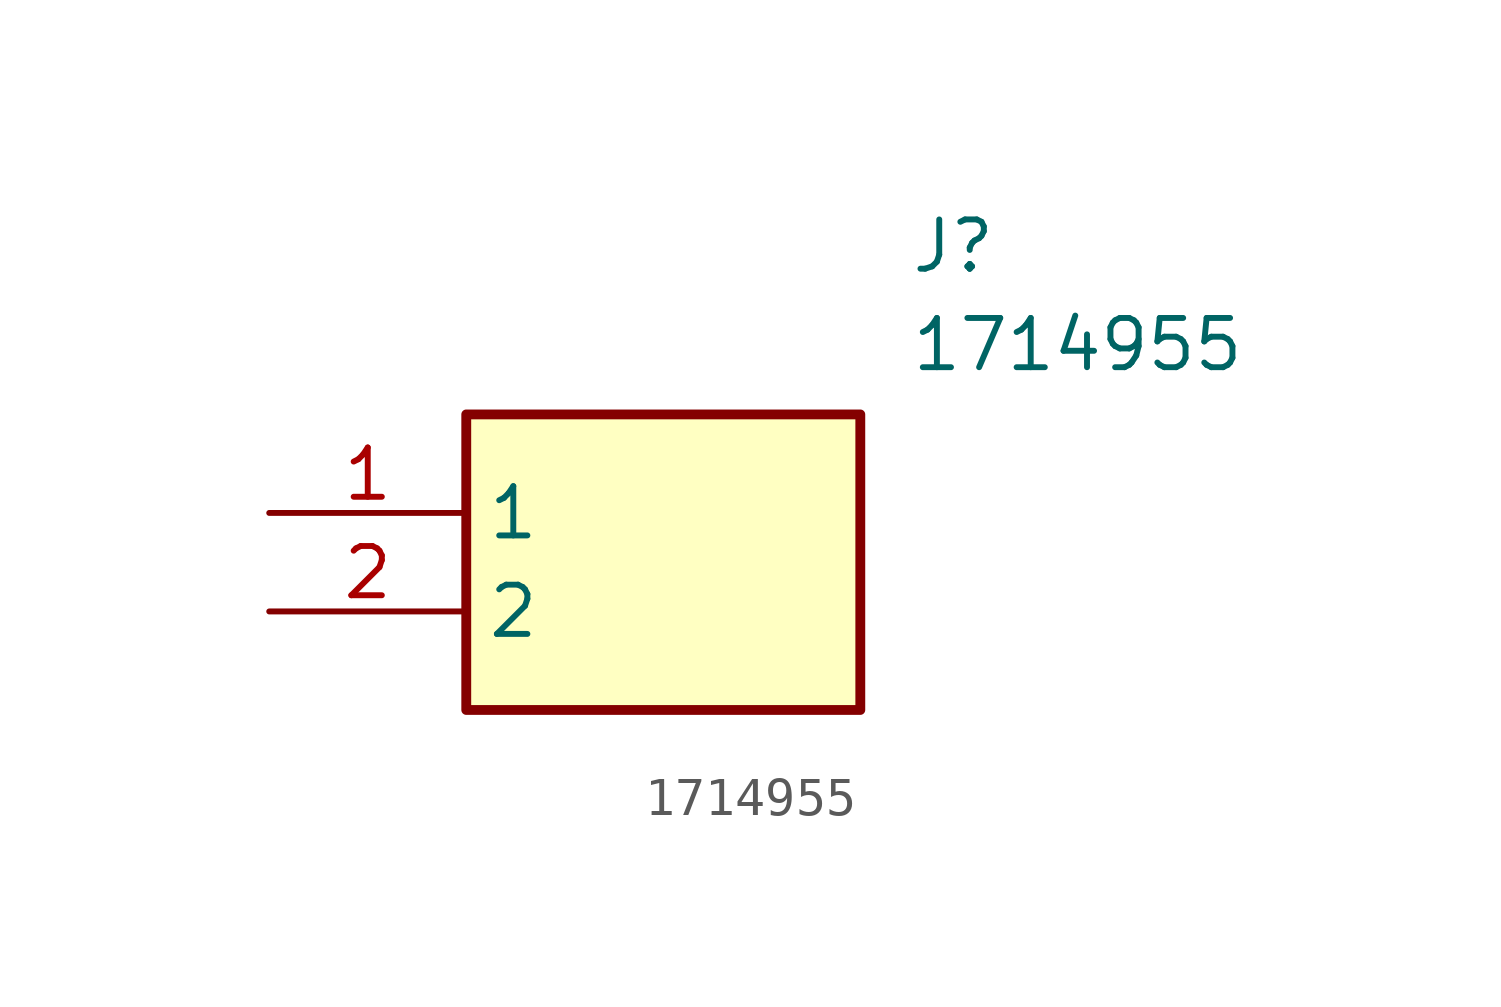
<source format=kicad_sym>
(kicad_symbol_lib
  (version 20211014)
  (generator SamacSys_ECAD_Model)
  (symbol "1714955"
    (property "Reference" "J"
      (at 16.51 7.62 0)
      (effects (font (size 1.27 1.27)) (justify left top)))
    (property "Value" "1714955"
      (at 16.51 5.08 0)
      (effects (font (size 1.27 1.27)) (justify left top)))
    (rectangle
      (start 5.08 2.54)
      (end 15.24 -5.08)
      (stroke (width 0.254) (type default))
      (fill (type background)))
    (pin passive line
      (at 0 0 0)
      (length 5.08)
      (name "1" (effects (font (size 1.27 1.27))))
      (number "1" (effects (font (size 1.27 1.27)))))
    (pin passive line
      (at 0 -2.54 0)
      (length 5.08)
      (name "2" (effects (font (size 1.27 1.27))))
      (number "2" (effects (font (size 1.27 1.27)))))))
</source>
